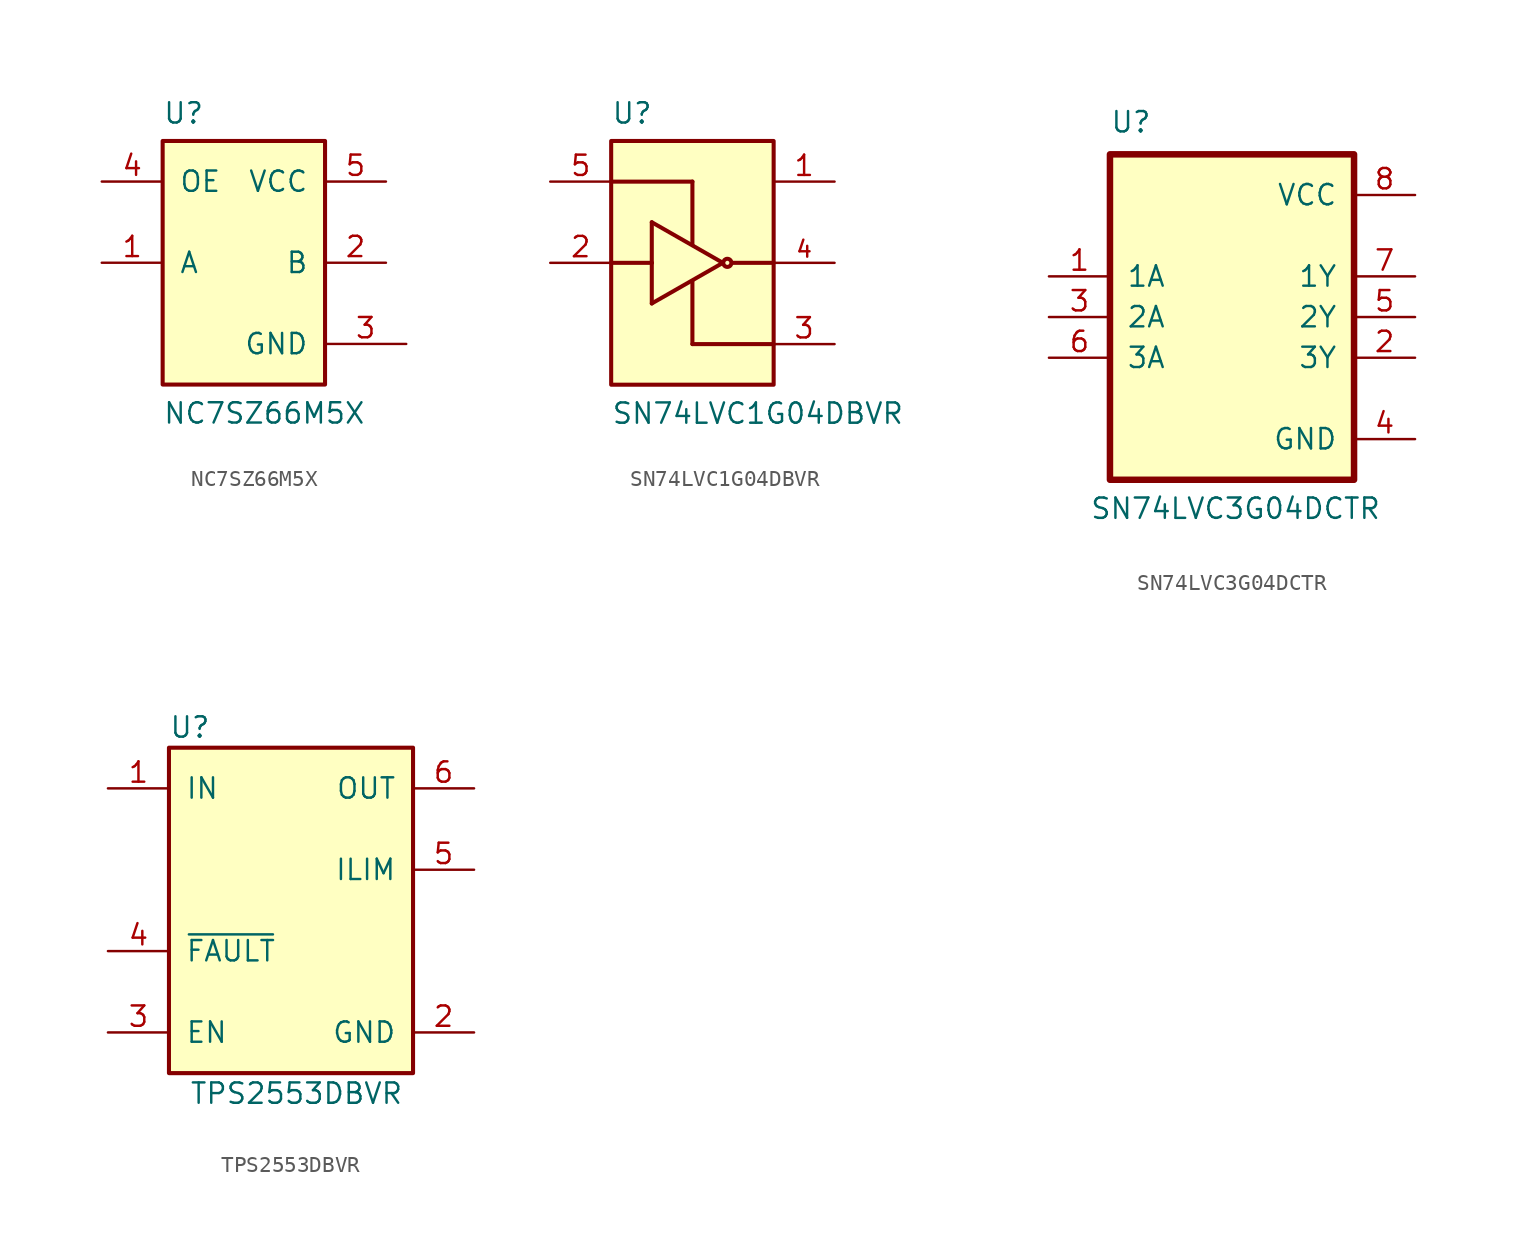
<source format=kicad_sym>
(kicad_symbol_lib
  (version 20211014)
  (generator kicad_symbol_editor)
  (symbol "NC7SZ66M5X"
    (pin_names
      (offset 1.016))
    (property "Reference" "U"
      (at -5.08 8.611 0)
      (effects (font (size 1.27 1.27)) (justify left bottom)))
    (property "Value" "NC7SZ66M5X"
      (at -5.08 -10.16 0)
      (effects (font (size 1.27 1.27)) (justify left bottom)))
    (symbol "NC7SZ66M5X_0_0"
      (rectangle (start -5.08 -7.62) (end 5.08 7.62) (stroke (width 0.254) (type default) (color 0 0 0 0)) (fill (type background)))
      (pin passive line (at -8.89 0 0) (length 3.81) (name "A" (effects (font (size 1.27 1.27)))) (number "1" (effects (font (size 1.27 1.27)))))
      (pin passive line (at 8.89 0 180) (length 3.81) (name "B" (effects (font (size 1.27 1.27)))) (number "2" (effects (font (size 1.27 1.27)))))
      (pin power_in line (at 10.16 -5.08 180) (length 5.08) (name "GND" (effects (font (size 1.27 1.27)))) (number "3" (effects (font (size 1.27 1.27)))))
      (pin power_in line (at 8.89 5.08 180) (length 3.81) (name "VCC" (effects (font (size 1.27 1.27)))) (number "5" (effects (font (size 1.27 1.27))))))
    (symbol "NC7SZ66M5X_1_1"
      (pin output line (at -8.89 5.08 0) (length 3.81) (name "OE" (effects (font (size 1.27 1.27)))) (number "4" (effects (font (size 1.27 1.27)))))))
  (symbol "SN74LVC1G04DBVR"
    (pin_names
      (offset 1.016) hide)
    (property "Reference" "U"
      (at -5.08 8.611 0)
      (effects (font (size 1.27 1.27)) (justify left bottom)))
    (property "Value" "SN74LVC1G04DBVR"
      (at -5.08 -10.16 0)
      (effects (font (size 1.27 1.27)) (justify left bottom)))
    (symbol "SN74LVC1G04DBVR_0_0"
      (rectangle (start -5.08 -7.62) (end 5.08 7.62) (stroke (width 0.254) (type default) (color 0 0 0 0)) (fill (type background)))
      (polyline (pts (xy -5.08 0) (xy -2.54 0)) (stroke (width 0.254) (type default) (color 0 0 0 0)) (fill (type none)))
      (polyline (pts (xy -5.08 5.08) (xy 0 5.08)) (stroke (width 0.254) (type default) (color 0 0 0 0)) (fill (type none)))
      (polyline (pts (xy -2.54 -2.54) (xy -2.54 0)) (stroke (width 0.254) (type default) (color 0 0 0 0)) (fill (type none)))
      (polyline (pts (xy -2.54 0) (xy -2.54 2.54)) (stroke (width 0.254) (type default) (color 0 0 0 0)) (fill (type none)))
      (polyline (pts (xy -2.54 2.54) (xy 1.905 0)) (stroke (width 0.254) (type default) (color 0 0 0 0)) (fill (type none)))
      (polyline (pts (xy 0 -5.08) (xy 5.08 -5.08)) (stroke (width 0.254) (type default) (color 0 0 0 0)) (fill (type none)))
      (polyline (pts (xy 0 -1.143) (xy 0 -5.08)) (stroke (width 0.254) (type default) (color 0 0 0 0)) (fill (type none)))
      (polyline (pts (xy 0 5.08) (xy 0 1.143)) (stroke (width 0.254) (type default) (color 0 0 0 0)) (fill (type none)))
      (polyline (pts (xy 1.905 0) (xy -2.54 -2.54)) (stroke (width 0.254) (type default) (color 0 0 0 0)) (fill (type none)))
      (polyline (pts (xy 2.54 0) (xy 5.08 0)) (stroke (width 0.254) (type default) (color 0 0 0 0)) (fill (type none)))
      (circle (center 2.184 0) (radius 0.254) (stroke (width 0.254) (type default) (color 0 0 0 0)) (fill (type none)))
      (pin passive line (at 8.89 5.08 180) (length 3.81) (name "~" (effects (font (size 1.27 1.27)))) (number "1" (effects (font (size 1.27 1.27)))))
      (pin input line (at -8.89 0 0) (length 3.81) (name "~" (effects (font (size 1.27 1.27)))) (number "2" (effects (font (size 1.27 1.27)))))
      (pin power_in line (at 8.89 -5.08 180) (length 3.81) (name "~" (effects (font (size 1.27 1.27)))) (number "3" (effects (font (size 1.27 1.27)))))
      (pin output line (at 8.89 0 180) (length 3.81) (name "~" (effects (font (size 1.27 1.27)))) (number "4" (effects (font (size 1.016 1.016)))))
      (pin power_in line (at -8.89 5.08 0) (length 3.81) (name "~" (effects (font (size 1.27 1.27)))) (number "5" (effects (font (size 1.27 1.27)))))))
  (symbol "SN74LVC3G04DCTR"
    (pin_names
      (offset 1.016))
    (property "Reference" "U"
      (at -7.62 11.43 0)
      (effects (font (size 1.27 1.27)) (justify left bottom)))
    (property "Value" "SN74LVC3G04DCTR"
      (at -8.89 -12.7 0)
      (effects (font (size 1.27 1.27)) (justify left bottom)))
    (symbol "SN74LVC3G04DCTR_0_0"
      (rectangle (start -7.62 -10.16) (end 7.62 10.16) (stroke (width 0.406) (type default) (color 0 0 0 0)) (fill (type background)))
      (pin input line (at -11.43 2.54 0) (length 3.81) (name "1A" (effects (font (size 1.27 1.27)))) (number "1" (effects (font (size 1.27 1.27)))))
      (pin output line (at 11.43 -2.54 180) (length 3.81) (name "3Y" (effects (font (size 1.27 1.27)))) (number "2" (effects (font (size 1.27 1.27)))))
      (pin input line (at -11.43 0 0) (length 3.81) (name "2A" (effects (font (size 1.27 1.27)))) (number "3" (effects (font (size 1.27 1.27)))))
      (pin power_in line (at 11.43 -7.62 180) (length 3.81) (name "GND" (effects (font (size 1.27 1.27)))) (number "4" (effects (font (size 1.27 1.27)))))
      (pin output line (at 11.43 0 180) (length 3.81) (name "2Y" (effects (font (size 1.27 1.27)))) (number "5" (effects (font (size 1.27 1.27)))))
      (pin input line (at -11.43 -2.54 0) (length 3.81) (name "3A" (effects (font (size 1.27 1.27)))) (number "6" (effects (font (size 1.27 1.27)))))
      (pin output line (at 11.43 2.54 180) (length 3.81) (name "1Y" (effects (font (size 1.27 1.27)))) (number "7" (effects (font (size 1.27 1.27)))))
      (pin power_in line (at 11.43 7.62 180) (length 3.81) (name "VCC" (effects (font (size 1.27 1.27)))) (number "8" (effects (font (size 1.27 1.27)))))))
  (symbol "TPS2553DBVR"
    (pin_names
      (offset 1.016))
    (property "Reference" "U"
      (at -7.62 11.43 0)
      (effects (font (size 1.27 1.27)) (justify left)))
    (property "Value" "TPS2553DBVR"
      (at -6.35 -11.43 0)
      (effects (font (size 1.27 1.27)) (justify left)))
    (symbol "TPS2553DBVR_0_1"
      (rectangle (start -7.62 10.16) (end 7.62 -10.16) (stroke (width 0.254) (type default) (color 0 0 0 0)) (fill (type background))))
    (symbol "TPS2553DBVR_1_1"
      (pin power_in line (at -11.43 7.62 0) (length 3.81) (name "IN" (effects (font (size 1.27 1.27)))) (number "1" (effects (font (size 1.27 1.27)))))
      (pin power_in line (at 11.43 -7.62 180) (length 3.81) (name "GND" (effects (font (size 1.27 1.27)))) (number "2" (effects (font (size 1.27 1.27)))))
      (pin input line (at -11.43 -7.62 0) (length 3.81) (name "EN" (effects (font (size 1.27 1.27)))) (number "3" (effects (font (size 1.27 1.27)))))
      (pin output line (at -11.43 -2.54 0) (length 3.81) (name "~{FAULT}" (effects (font (size 1.27 1.27)))) (number "4" (effects (font (size 1.27 1.27)))))
      (pin output line (at 11.43 2.54 180) (length 3.81) (name "ILIM" (effects (font (size 1.27 1.27)))) (number "5" (effects (font (size 1.27 1.27)))))
      (pin power_out line (at 11.43 7.62 180) (length 3.81) (name "OUT" (effects (font (size 1.27 1.27)))) (number "6" (effects (font (size 1.27 1.27))))))))
</source>
